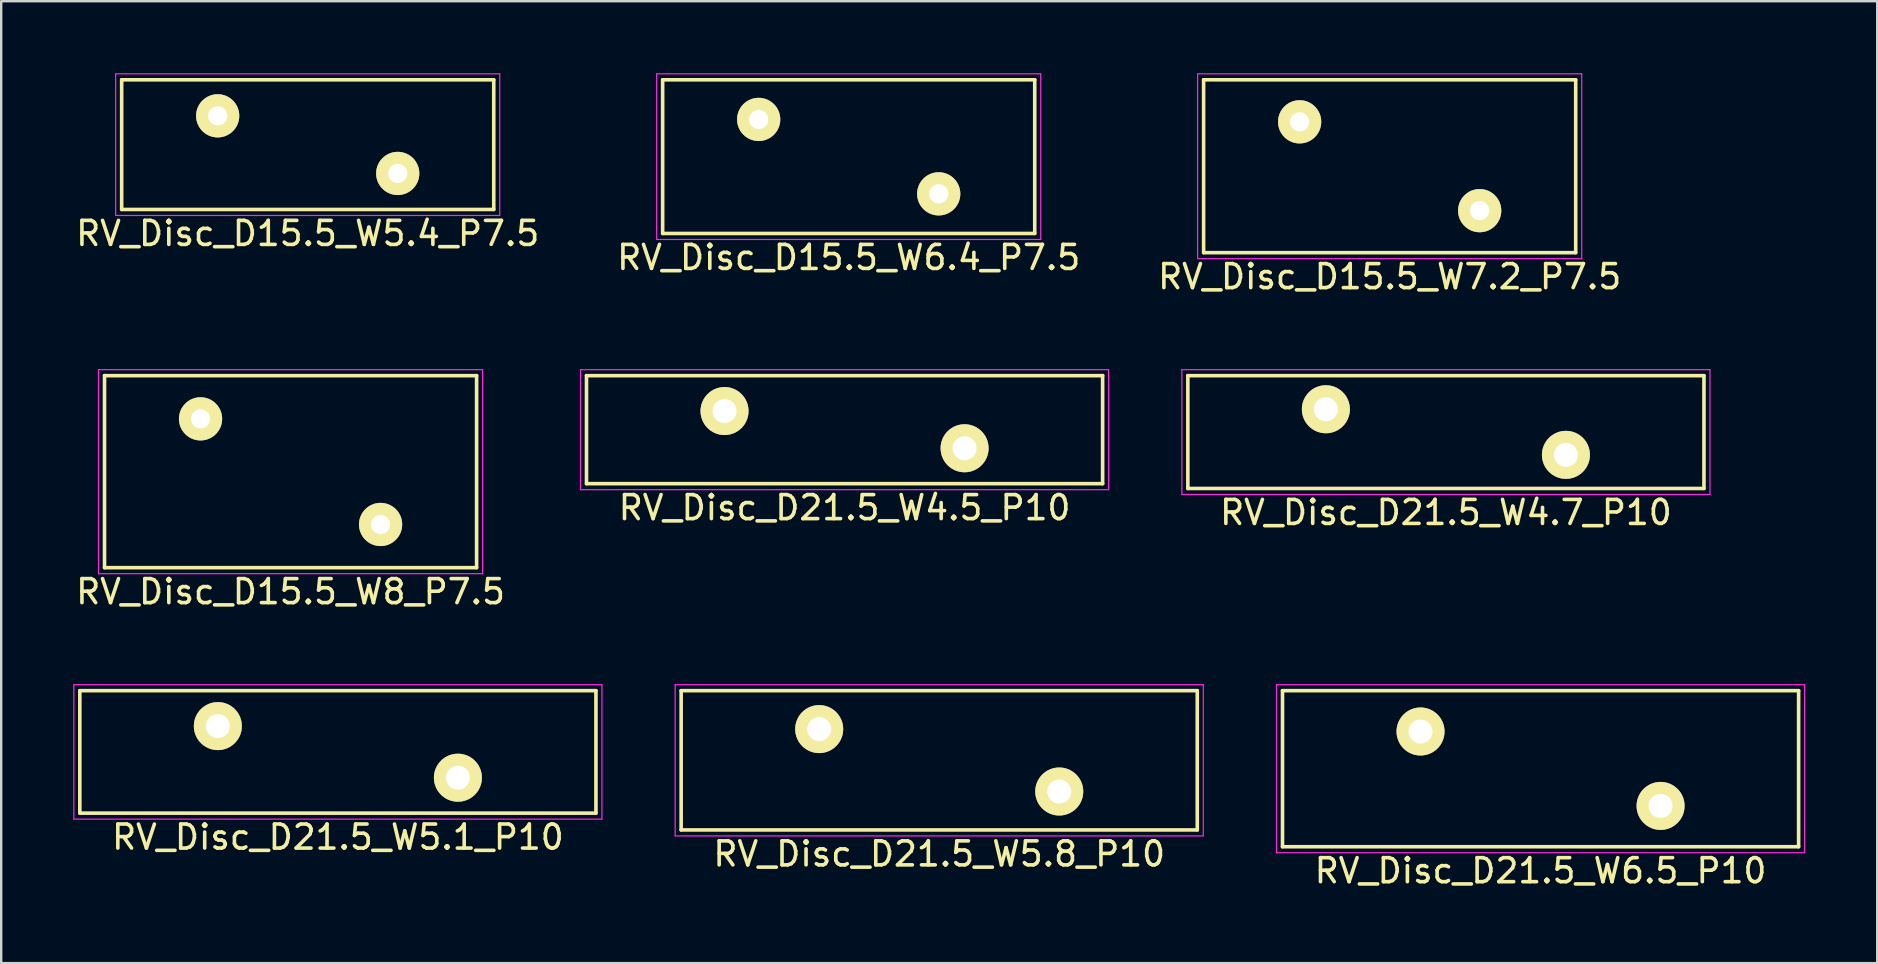
<source format=kicad_pcb>
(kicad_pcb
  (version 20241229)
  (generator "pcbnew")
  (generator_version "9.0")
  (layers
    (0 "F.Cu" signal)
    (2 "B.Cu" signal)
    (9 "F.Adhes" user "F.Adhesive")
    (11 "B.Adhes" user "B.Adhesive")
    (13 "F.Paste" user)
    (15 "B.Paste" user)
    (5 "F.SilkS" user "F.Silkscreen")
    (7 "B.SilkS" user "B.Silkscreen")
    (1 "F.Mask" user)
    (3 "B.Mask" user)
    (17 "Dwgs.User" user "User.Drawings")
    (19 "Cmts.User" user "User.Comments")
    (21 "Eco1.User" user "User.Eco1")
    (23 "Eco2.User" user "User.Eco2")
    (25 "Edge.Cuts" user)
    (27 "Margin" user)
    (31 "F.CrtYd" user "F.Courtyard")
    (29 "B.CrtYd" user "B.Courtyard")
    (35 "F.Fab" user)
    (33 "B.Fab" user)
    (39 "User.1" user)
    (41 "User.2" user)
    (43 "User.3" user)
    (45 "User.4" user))
  (footprint "RV_Disc_D15.5_W6.4_P7.5"
    (layer "F.Cu")
    (at 28.554 1.925)
    (property "Reference" "RV_Disc_D15.5_W6.4_P7.5" (at 3.75 5.75 0) (layer "F.SilkS") (effects (font (size 1 1) (thickness 0.15))))
    (attr through_hole)
    (fp_line (start -4 -1.65) (end -4 4.75) (stroke (width 0.15) (type solid)) (layer "F.SilkS"))
    (fp_line (start -4 -1.65) (end 11.5 -1.65) (stroke (width 0.15) (type solid)) (layer "F.SilkS"))
    (fp_line (start -4 4.75) (end 11.5 4.75) (stroke (width 0.15) (type solid)) (layer "F.SilkS"))
    (fp_line (start 11.5 -1.65) (end 11.5 4.75) (stroke (width 0.15) (type solid)) (layer "F.SilkS"))
    (fp_line (start -4.25 -1.9) (end -4.25 5) (stroke (width 0.05) (type solid)) (layer "F.CrtYd"))
    (fp_line (start -4.25 -1.9) (end 11.75 -1.9) (stroke (width 0.05) (type solid)) (layer "F.CrtYd"))
    (fp_line (start -4.25 5) (end 11.75 5) (stroke (width 0.05) (type solid)) (layer "F.CrtYd"))
    (fp_line (start 11.75 -1.9) (end 11.75 5) (stroke (width 0.05) (type solid)) (layer "F.CrtYd"))
    (pad "1" thru_hole circle (at 0 0) (size 1.8 1.8) (drill 0.8) (layers "*.Cu" "*.Mask" "F.SilkS"))
    (pad "2" thru_hole circle (at 7.5 3.1) (size 1.8 1.8) (drill 0.8) (layers "*.Cu" "*.Mask" "F.SilkS")))
  (footprint "RV_Disc_D15.5_W5.4_P7.5"
    (layer "F.Cu")
    (at 6.018 1.775)
    (property "Reference" "RV_Disc_D15.5_W5.4_P7.5" (at 3.75 4.9 0) (layer "F.SilkS") (effects (font (size 1 1) (thickness 0.15))))
    (attr through_hole)
    (fp_line (start -4 -1.5) (end -4 3.9) (stroke (width 0.15) (type solid)) (layer "F.SilkS"))
    (fp_line (start -4 -1.5) (end 11.5 -1.5) (stroke (width 0.15) (type solid)) (layer "F.SilkS"))
    (fp_line (start -4 3.9) (end 11.5 3.9) (stroke (width 0.15) (type solid)) (layer "F.SilkS"))
    (fp_line (start 11.5 -1.5) (end 11.5 3.9) (stroke (width 0.15) (type solid)) (layer "F.SilkS"))
    (fp_line (start -4.25 -1.75) (end -4.25 4.15) (stroke (width 0.05) (type solid)) (layer "F.CrtYd"))
    (fp_line (start -4.25 -1.75) (end 11.75 -1.75) (stroke (width 0.05) (type solid)) (layer "F.CrtYd"))
    (fp_line (start -4.25 4.15) (end 11.75 4.15) (stroke (width 0.05) (type solid)) (layer "F.CrtYd"))
    (fp_line (start 11.75 -1.75) (end 11.75 4.15) (stroke (width 0.05) (type solid)) (layer "F.CrtYd"))
    (pad "1" thru_hole circle (at 0 0) (size 1.8 1.8) (drill 0.8) (layers "*.Cu" "*.Mask" "F.SilkS"))
    (pad "2" thru_hole circle (at 7.5 2.4) (size 1.8 1.8) (drill 0.8) (layers "*.Cu" "*.Mask" "F.SilkS")))
  (footprint "RV_Disc_D21.5_W5.8_P10"
    (layer "F.Cu")
    (at 31.075 27.322)
    (property "Reference" "RV_Disc_D21.5_W5.8_P10" (at 5 5.2 0) (layer "F.SilkS") (effects (font (size 1 1) (thickness 0.15))))
    (attr through_hole)
    (fp_line (start -5.75 -1.6) (end -5.75 4.2) (stroke (width 0.15) (type solid)) (layer "F.SilkS"))
    (fp_line (start -5.75 -1.6) (end 15.75 -1.6) (stroke (width 0.15) (type solid)) (layer "F.SilkS"))
    (fp_line (start -5.75 4.2) (end 15.75 4.2) (stroke (width 0.15) (type solid)) (layer "F.SilkS"))
    (fp_line (start 15.75 -1.6) (end 15.75 4.2) (stroke (width 0.15) (type solid)) (layer "F.SilkS"))
    (fp_line (start -6 -1.85) (end -6 4.45) (stroke (width 0.05) (type solid)) (layer "F.CrtYd"))
    (fp_line (start -6 -1.85) (end 16 -1.85) (stroke (width 0.05) (type solid)) (layer "F.CrtYd"))
    (fp_line (start -6 4.45) (end 16 4.45) (stroke (width 0.05) (type solid)) (layer "F.CrtYd"))
    (fp_line (start 16 -1.85) (end 16 4.45) (stroke (width 0.05) (type solid)) (layer "F.CrtYd"))
    (pad "1" thru_hole circle (at 0 0) (size 2 2) (drill 1) (layers "*.Cu" "*.Mask" "F.SilkS"))
    (pad "2" thru_hole circle (at 10 2.6) (size 2 2) (drill 1) (layers "*.Cu" "*.Mask" "F.SilkS")))
  (footprint "RV_Disc_D15.5_W7.2_P7.5"
    (layer "F.Cu")
    (at 51.089 2.025)
    (property "Reference" "RV_Disc_D15.5_W7.2_P7.5" (at 3.75 6.45 0) (layer "F.SilkS") (effects (font (size 1 1) (thickness 0.15))))
    (attr through_hole)
    (fp_line (start -4 -1.75) (end -4 5.45) (stroke (width 0.15) (type solid)) (layer "F.SilkS"))
    (fp_line (start -4 -1.75) (end 11.5 -1.75) (stroke (width 0.15) (type solid)) (layer "F.SilkS"))
    (fp_line (start -4 5.45) (end 11.5 5.45) (stroke (width 0.15) (type solid)) (layer "F.SilkS"))
    (fp_line (start 11.5 -1.75) (end 11.5 5.45) (stroke (width 0.15) (type solid)) (layer "F.SilkS"))
    (fp_line (start -4.25 -2) (end -4.25 5.7) (stroke (width 0.05) (type solid)) (layer "F.CrtYd"))
    (fp_line (start -4.25 -2) (end 11.75 -2) (stroke (width 0.05) (type solid)) (layer "F.CrtYd"))
    (fp_line (start -4.25 5.7) (end 11.75 5.7) (stroke (width 0.05) (type solid)) (layer "F.CrtYd"))
    (fp_line (start 11.75 -2) (end 11.75 5.7) (stroke (width 0.05) (type solid)) (layer "F.CrtYd"))
    (pad "1" thru_hole circle (at 0 0) (size 1.8 1.8) (drill 0.8) (layers "*.Cu" "*.Mask" "F.SilkS"))
    (pad "2" thru_hole circle (at 7.5 3.7) (size 1.8 1.8) (drill 0.8) (layers "*.Cu" "*.Mask" "F.SilkS")))
  (footprint "RV_Disc_D15.5_W8_P7.5"
    (layer "F.Cu")
    (at 5.304 14.398)
    (property "Reference" "RV_Disc_D15.5_W8_P7.5" (at 3.75 7.2 0) (layer "F.SilkS") (effects (font (size 1 1) (thickness 0.15))))
    (attr through_hole)
    (fp_line (start -4 -1.8) (end -4 6.2) (stroke (width 0.15) (type solid)) (layer "F.SilkS"))
    (fp_line (start -4 -1.8) (end 11.5 -1.8) (stroke (width 0.15) (type solid)) (layer "F.SilkS"))
    (fp_line (start -4 6.2) (end 11.5 6.2) (stroke (width 0.15) (type solid)) (layer "F.SilkS"))
    (fp_line (start 11.5 -1.8) (end 11.5 6.2) (stroke (width 0.15) (type solid)) (layer "F.SilkS"))
    (fp_line (start -4.25 -2.05) (end -4.25 6.45) (stroke (width 0.05) (type solid)) (layer "F.CrtYd"))
    (fp_line (start -4.25 -2.05) (end 11.75 -2.05) (stroke (width 0.05) (type solid)) (layer "F.CrtYd"))
    (fp_line (start -4.25 6.45) (end 11.75 6.45) (stroke (width 0.05) (type solid)) (layer "F.CrtYd"))
    (fp_line (start 11.75 -2.05) (end 11.75 6.45) (stroke (width 0.05) (type solid)) (layer "F.CrtYd"))
    (pad "1" thru_hole circle (at 0 0) (size 1.8 1.8) (drill 0.8) (layers "*.Cu" "*.Mask" "F.SilkS"))
    (pad "2" thru_hole circle (at 7.5 4.4) (size 1.8 1.8) (drill 0.8) (layers "*.Cu" "*.Mask" "F.SilkS")))
  (footprint "RV_Disc_D21.5_W6.5_P10"
    (layer "F.Cu")
    (at 56.125 27.422)
    (property "Reference" "RV_Disc_D21.5_W6.5_P10" (at 5 5.8 0) (layer "F.SilkS") (effects (font (size 1 1) (thickness 0.15))))
    (attr through_hole)
    (fp_line (start -5.75 -1.7) (end -5.75 4.8) (stroke (width 0.15) (type solid)) (layer "F.SilkS"))
    (fp_line (start -5.75 -1.7) (end 15.75 -1.7) (stroke (width 0.15) (type solid)) (layer "F.SilkS"))
    (fp_line (start -5.75 4.8) (end 15.75 4.8) (stroke (width 0.15) (type solid)) (layer "F.SilkS"))
    (fp_line (start 15.75 -1.7) (end 15.75 4.8) (stroke (width 0.15) (type solid)) (layer "F.SilkS"))
    (fp_line (start -6 -1.95) (end -6 5.05) (stroke (width 0.05) (type solid)) (layer "F.CrtYd"))
    (fp_line (start -6 -1.95) (end 16 -1.95) (stroke (width 0.05) (type solid)) (layer "F.CrtYd"))
    (fp_line (start -6 5.05) (end 16 5.05) (stroke (width 0.05) (type solid)) (layer "F.CrtYd"))
    (fp_line (start 16 -1.95) (end 16 5.05) (stroke (width 0.05) (type solid)) (layer "F.CrtYd"))
    (pad "1" thru_hole circle (at 0 0) (size 2 2) (drill 1) (layers "*.Cu" "*.Mask" "F.SilkS"))
    (pad "2" thru_hole circle (at 10 3.1) (size 2 2) (drill 1) (layers "*.Cu" "*.Mask" "F.SilkS")))
  (footprint "RV_Disc_D21.5_W5.1_P10"
    (layer "F.Cu")
    (at 6.025 27.197)
    (property "Reference" "RV_Disc_D21.5_W5.1_P10" (at 5 4.625 0) (layer "F.SilkS") (effects (font (size 1 1) (thickness 0.15))))
    (attr through_hole)
    (fp_line (start -5.75 -1.475) (end -5.75 3.625) (stroke (width 0.15) (type solid)) (layer "F.SilkS"))
    (fp_line (start -5.75 -1.475) (end 15.75 -1.475) (stroke (width 0.15) (type solid)) (layer "F.SilkS"))
    (fp_line (start -5.75 3.625) (end 15.75 3.625) (stroke (width 0.15) (type solid)) (layer "F.SilkS"))
    (fp_line (start 15.75 -1.475) (end 15.75 3.625) (stroke (width 0.15) (type solid)) (layer "F.SilkS"))
    (fp_line (start -6 -1.725) (end -6 3.875) (stroke (width 0.05) (type solid)) (layer "F.CrtYd"))
    (fp_line (start -6 -1.725) (end 16 -1.725) (stroke (width 0.05) (type solid)) (layer "F.CrtYd"))
    (fp_line (start -6 3.875) (end 16 3.875) (stroke (width 0.05) (type solid)) (layer "F.CrtYd"))
    (fp_line (start 16 -1.725) (end 16 3.875) (stroke (width 0.05) (type solid)) (layer "F.CrtYd"))
    (pad "1" thru_hole circle (at 0 0) (size 2 2) (drill 1) (layers "*.Cu" "*.Mask" "F.SilkS"))
    (pad "2" thru_hole circle (at 10 2.15) (size 2 2) (drill 1) (layers "*.Cu" "*.Mask" "F.SilkS")))
  (footprint "RV_Disc_D21.5_W4.5_P10"
    (layer "F.Cu")
    (at 27.132 14.073)
    (property "Reference" "RV_Disc_D21.5_W4.5_P10" (at 5 4.025 0) (layer "F.SilkS") (effects (font (size 1 1) (thickness 0.15))))
    (attr through_hole)
    (fp_line (start -5.75 -1.475) (end -5.75 3.025) (stroke (width 0.15) (type solid)) (layer "F.SilkS"))
    (fp_line (start -5.75 -1.475) (end 15.75 -1.475) (stroke (width 0.15) (type solid)) (layer "F.SilkS"))
    (fp_line (start -5.75 3.025) (end 15.75 3.025) (stroke (width 0.15) (type solid)) (layer "F.SilkS"))
    (fp_line (start 15.75 -1.475) (end 15.75 3.025) (stroke (width 0.15) (type solid)) (layer "F.SilkS"))
    (fp_line (start -6 -1.725) (end -6 3.275) (stroke (width 0.05) (type solid)) (layer "F.CrtYd"))
    (fp_line (start -6 -1.725) (end 16 -1.725) (stroke (width 0.05) (type solid)) (layer "F.CrtYd"))
    (fp_line (start -6 3.275) (end 16 3.275) (stroke (width 0.05) (type solid)) (layer "F.CrtYd"))
    (fp_line (start 16 -1.725) (end 16 3.275) (stroke (width 0.05) (type solid)) (layer "F.CrtYd"))
    (pad "1" thru_hole circle (at 0 0) (size 2 2) (drill 1) (layers "*.Cu" "*.Mask" "F.SilkS"))
    (pad "2" thru_hole circle (at 10 1.55) (size 2 2) (drill 1) (layers "*.Cu" "*.Mask" "F.SilkS")))
  (footprint "RV_Disc_D21.5_W4.7_P10"
    (layer "F.Cu")
    (at 52.182 13.998)
    (property "Reference" "RV_Disc_D21.5_W4.7_P10" (at 5 4.3 0) (layer "F.SilkS") (effects (font (size 1 1) (thickness 0.15))))
    (attr through_hole)
    (fp_line (start -5.75 -1.4) (end -5.75 3.3) (stroke (width 0.15) (type solid)) (layer "F.SilkS"))
    (fp_line (start -5.75 -1.4) (end 15.75 -1.4) (stroke (width 0.15) (type solid)) (layer "F.SilkS"))
    (fp_line (start -5.75 3.3) (end 15.75 3.3) (stroke (width 0.15) (type solid)) (layer "F.SilkS"))
    (fp_line (start 15.75 -1.4) (end 15.75 3.3) (stroke (width 0.15) (type solid)) (layer "F.SilkS"))
    (fp_line (start -6 -1.65) (end -6 3.55) (stroke (width 0.05) (type solid)) (layer "F.CrtYd"))
    (fp_line (start -6 -1.65) (end 16 -1.65) (stroke (width 0.05) (type solid)) (layer "F.CrtYd"))
    (fp_line (start -6 3.55) (end 16 3.55) (stroke (width 0.05) (type solid)) (layer "F.CrtYd"))
    (fp_line (start 16 -1.65) (end 16 3.55) (stroke (width 0.05) (type solid)) (layer "F.CrtYd"))
    (pad "1" thru_hole circle (at 0 0) (size 2 2) (drill 1) (layers "*.Cu" "*.Mask" "F.SilkS"))
    (pad "2" thru_hole circle (at 10 1.9) (size 2 2) (drill 1) (layers "*.Cu" "*.Mask" "F.SilkS")))
  (gr_rect
    (start -3 -3)
    (end 75.15 37.07)
    (stroke (width 0.1) (type default))
    (fill no)
    (layer "Edge.Cuts")))
</source>
